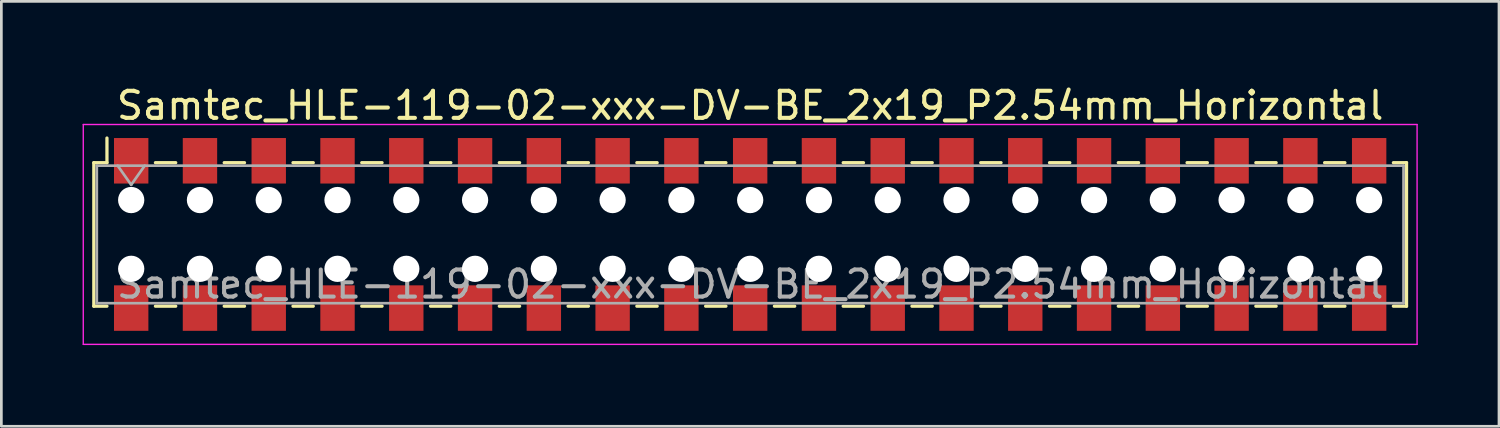
<source format=kicad_pcb>
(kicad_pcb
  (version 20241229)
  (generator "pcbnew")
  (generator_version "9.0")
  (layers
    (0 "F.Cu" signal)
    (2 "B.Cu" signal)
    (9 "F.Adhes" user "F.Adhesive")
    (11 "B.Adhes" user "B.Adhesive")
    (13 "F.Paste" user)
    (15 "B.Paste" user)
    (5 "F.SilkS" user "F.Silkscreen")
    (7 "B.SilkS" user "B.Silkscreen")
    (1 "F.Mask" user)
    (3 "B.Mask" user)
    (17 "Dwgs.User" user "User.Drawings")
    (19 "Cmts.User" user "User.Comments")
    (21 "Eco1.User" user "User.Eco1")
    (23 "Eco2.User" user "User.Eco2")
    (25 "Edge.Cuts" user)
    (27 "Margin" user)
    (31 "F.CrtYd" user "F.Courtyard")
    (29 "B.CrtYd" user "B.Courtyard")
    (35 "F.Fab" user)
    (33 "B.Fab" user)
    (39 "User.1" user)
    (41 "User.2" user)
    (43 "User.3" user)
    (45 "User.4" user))
  (footprint "Samtec_HLE-119-02-xxx-DV-BE_2x19_P2.54mm_Horizontal"
    (layer "F.Cu")
    (at 24.655 5.608)
    (property "Reference" "Samtec_HLE-119-02-xxx-DV-BE_2x19_P2.54mm_Horizontal" (at 0 -4.76 0) (layer "F.SilkS") (effects (font (size 1 1) (thickness 0.15))))
    (attr smd)
    (fp_line (start -24.24 -2.65) (end -24.24 2.65) (stroke (width 0.12) (type solid)) (layer "F.SilkS"))
    (fp_line (start -24.24 2.65) (end -23.755 2.65) (stroke (width 0.12) (type solid)) (layer "F.SilkS"))
    (fp_line (start -23.755 -3.56) (end -23.755 -2.65) (stroke (width 0.12) (type solid)) (layer "F.SilkS"))
    (fp_line (start -23.755 -2.65) (end -24.24 -2.65) (stroke (width 0.12) (type solid)) (layer "F.SilkS"))
    (fp_line (start -21.965 -2.65) (end -21.215 -2.65) (stroke (width 0.12) (type solid)) (layer "F.SilkS"))
    (fp_line (start -21.965 2.65) (end -21.215 2.65) (stroke (width 0.12) (type solid)) (layer "F.SilkS"))
    (fp_line (start -19.425 -2.65) (end -18.675 -2.65) (stroke (width 0.12) (type solid)) (layer "F.SilkS"))
    (fp_line (start -19.425 2.65) (end -18.675 2.65) (stroke (width 0.12) (type solid)) (layer "F.SilkS"))
    (fp_line (start -16.885 -2.65) (end -16.135 -2.65) (stroke (width 0.12) (type solid)) (layer "F.SilkS"))
    (fp_line (start -16.885 2.65) (end -16.135 2.65) (stroke (width 0.12) (type solid)) (layer "F.SilkS"))
    (fp_line (start -14.345 -2.65) (end -13.595 -2.65) (stroke (width 0.12) (type solid)) (layer "F.SilkS"))
    (fp_line (start -14.345 2.65) (end -13.595 2.65) (stroke (width 0.12) (type solid)) (layer "F.SilkS"))
    (fp_line (start -11.805 -2.65) (end -11.055 -2.65) (stroke (width 0.12) (type solid)) (layer "F.SilkS"))
    (fp_line (start -11.805 2.65) (end -11.055 2.65) (stroke (width 0.12) (type solid)) (layer "F.SilkS"))
    (fp_line (start -9.265 -2.65) (end -8.515 -2.65) (stroke (width 0.12) (type solid)) (layer "F.SilkS"))
    (fp_line (start -9.265 2.65) (end -8.515 2.65) (stroke (width 0.12) (type solid)) (layer "F.SilkS"))
    (fp_line (start -6.725 -2.65) (end -5.975 -2.65) (stroke (width 0.12) (type solid)) (layer "F.SilkS"))
    (fp_line (start -6.725 2.65) (end -5.975 2.65) (stroke (width 0.12) (type solid)) (layer "F.SilkS"))
    (fp_line (start -4.185 -2.65) (end -3.435 -2.65) (stroke (width 0.12) (type solid)) (layer "F.SilkS"))
    (fp_line (start -4.185 2.65) (end -3.435 2.65) (stroke (width 0.12) (type solid)) (layer "F.SilkS"))
    (fp_line (start -1.645 -2.65) (end -0.895 -2.65) (stroke (width 0.12) (type solid)) (layer "F.SilkS"))
    (fp_line (start -1.645 2.65) (end -0.895 2.65) (stroke (width 0.12) (type solid)) (layer "F.SilkS"))
    (fp_line (start 0.895 -2.65) (end 1.645 -2.65) (stroke (width 0.12) (type solid)) (layer "F.SilkS"))
    (fp_line (start 0.895 2.65) (end 1.645 2.65) (stroke (width 0.12) (type solid)) (layer "F.SilkS"))
    (fp_line (start 3.435 -2.65) (end 4.185 -2.65) (stroke (width 0.12) (type solid)) (layer "F.SilkS"))
    (fp_line (start 3.435 2.65) (end 4.185 2.65) (stroke (width 0.12) (type solid)) (layer "F.SilkS"))
    (fp_line (start 5.975 -2.65) (end 6.725 -2.65) (stroke (width 0.12) (type solid)) (layer "F.SilkS"))
    (fp_line (start 5.975 2.65) (end 6.725 2.65) (stroke (width 0.12) (type solid)) (layer "F.SilkS"))
    (fp_line (start 8.515 -2.65) (end 9.265 -2.65) (stroke (width 0.12) (type solid)) (layer "F.SilkS"))
    (fp_line (start 8.515 2.65) (end 9.265 2.65) (stroke (width 0.12) (type solid)) (layer "F.SilkS"))
    (fp_line (start 11.055 -2.65) (end 11.805 -2.65) (stroke (width 0.12) (type solid)) (layer "F.SilkS"))
    (fp_line (start 11.055 2.65) (end 11.805 2.65) (stroke (width 0.12) (type solid)) (layer "F.SilkS"))
    (fp_line (start 13.595 -2.65) (end 14.345 -2.65) (stroke (width 0.12) (type solid)) (layer "F.SilkS"))
    (fp_line (start 13.595 2.65) (end 14.345 2.65) (stroke (width 0.12) (type solid)) (layer "F.SilkS"))
    (fp_line (start 16.135 -2.65) (end 16.885 -2.65) (stroke (width 0.12) (type solid)) (layer "F.SilkS"))
    (fp_line (start 16.135 2.65) (end 16.885 2.65) (stroke (width 0.12) (type solid)) (layer "F.SilkS"))
    (fp_line (start 18.675 -2.65) (end 19.425 -2.65) (stroke (width 0.12) (type solid)) (layer "F.SilkS"))
    (fp_line (start 18.675 2.65) (end 19.425 2.65) (stroke (width 0.12) (type solid)) (layer "F.SilkS"))
    (fp_line (start 21.215 -2.65) (end 21.965 -2.65) (stroke (width 0.12) (type solid)) (layer "F.SilkS"))
    (fp_line (start 21.215 2.65) (end 21.965 2.65) (stroke (width 0.12) (type solid)) (layer "F.SilkS"))
    (fp_line (start 23.755 -2.65) (end 24.24 -2.65) (stroke (width 0.12) (type solid)) (layer "F.SilkS"))
    (fp_line (start 24.24 -2.65) (end 24.24 2.65) (stroke (width 0.12) (type solid)) (layer "F.SilkS"))
    (fp_line (start 24.24 2.65) (end 23.755 2.65) (stroke (width 0.12) (type solid)) (layer "F.SilkS"))
    (fp_line (start -24.63 -4.06) (end 24.63 -4.06) (stroke (width 0.05) (type solid)) (layer "F.CrtYd"))
    (fp_line (start -24.63 4.06) (end -24.63 -4.06) (stroke (width 0.05) (type solid)) (layer "F.CrtYd"))
    (fp_line (start 24.63 -4.06) (end 24.63 4.06) (stroke (width 0.05) (type solid)) (layer "F.CrtYd"))
    (fp_line (start 24.63 4.06) (end -24.63 4.06) (stroke (width 0.05) (type solid)) (layer "F.CrtYd"))
    (fp_line (start -24.13 -2.54) (end 24.13 -2.54) (stroke (width 0.1) (type solid)) (layer "F.Fab"))
    (fp_line (start -24.13 2.54) (end -24.13 -2.54) (stroke (width 0.1) (type solid)) (layer "F.Fab"))
    (fp_line (start -23.36 -2.54) (end -22.86 -1.833) (stroke (width 0.1) (type solid)) (layer "F.Fab"))
    (fp_line (start -22.86 -1.833) (end -22.36 -2.54) (stroke (width 0.1) (type solid)) (layer "F.Fab"))
    (fp_line (start 24.13 -2.54) (end 24.13 2.54) (stroke (width 0.1) (type solid)) (layer "F.Fab"))
    (fp_line (start 24.13 2.54) (end -24.13 2.54) (stroke (width 0.1) (type solid)) (layer "F.Fab"))
    (fp_text user "${REFERENCE}" (at 0 1.84 0) (layer "F.Fab") (effects (font (size 1 1) (thickness 0.15))))
    (pad "" np_thru_hole circle (at -22.86 -1.27) (size 0.97 0.97) (drill 0.97) (layers "*.Cu" "*.Mask"))
    (pad "" np_thru_hole circle (at -22.86 1.27) (size 0.97 0.97) (drill 0.97) (layers "*.Cu" "*.Mask"))
    (pad "" np_thru_hole circle (at -20.32 -1.27) (size 0.97 0.97) (drill 0.97) (layers "*.Cu" "*.Mask"))
    (pad "" np_thru_hole circle (at -20.32 1.27) (size 0.97 0.97) (drill 0.97) (layers "*.Cu" "*.Mask"))
    (pad "" np_thru_hole circle (at -17.78 -1.27) (size 0.97 0.97) (drill 0.97) (layers "*.Cu" "*.Mask"))
    (pad "" np_thru_hole circle (at -17.78 1.27) (size 0.97 0.97) (drill 0.97) (layers "*.Cu" "*.Mask"))
    (pad "" np_thru_hole circle (at -15.24 -1.27) (size 0.97 0.97) (drill 0.97) (layers "*.Cu" "*.Mask"))
    (pad "" np_thru_hole circle (at -15.24 1.27) (size 0.97 0.97) (drill 0.97) (layers "*.Cu" "*.Mask"))
    (pad "" np_thru_hole circle (at -12.7 -1.27) (size 0.97 0.97) (drill 0.97) (layers "*.Cu" "*.Mask"))
    (pad "" np_thru_hole circle (at -12.7 1.27) (size 0.97 0.97) (drill 0.97) (layers "*.Cu" "*.Mask"))
    (pad "" np_thru_hole circle (at -10.16 -1.27) (size 0.97 0.97) (drill 0.97) (layers "*.Cu" "*.Mask"))
    (pad "" np_thru_hole circle (at -10.16 1.27) (size 0.97 0.97) (drill 0.97) (layers "*.Cu" "*.Mask"))
    (pad "" np_thru_hole circle (at -7.62 -1.27) (size 0.97 0.97) (drill 0.97) (layers "*.Cu" "*.Mask"))
    (pad "" np_thru_hole circle (at -7.62 1.27) (size 0.97 0.97) (drill 0.97) (layers "*.Cu" "*.Mask"))
    (pad "" np_thru_hole circle (at -5.08 -1.27) (size 0.97 0.97) (drill 0.97) (layers "*.Cu" "*.Mask"))
    (pad "" np_thru_hole circle (at -5.08 1.27) (size 0.97 0.97) (drill 0.97) (layers "*.Cu" "*.Mask"))
    (pad "" np_thru_hole circle (at -2.54 -1.27) (size 0.97 0.97) (drill 0.97) (layers "*.Cu" "*.Mask"))
    (pad "" np_thru_hole circle (at -2.54 1.27) (size 0.97 0.97) (drill 0.97) (layers "*.Cu" "*.Mask"))
    (pad "" np_thru_hole circle (at 0 -1.27) (size 0.97 0.97) (drill 0.97) (layers "*.Cu" "*.Mask"))
    (pad "" np_thru_hole circle (at 0 1.27) (size 0.97 0.97) (drill 0.97) (layers "*.Cu" "*.Mask"))
    (pad "" np_thru_hole circle (at 2.54 -1.27) (size 0.97 0.97) (drill 0.97) (layers "*.Cu" "*.Mask"))
    (pad "" np_thru_hole circle (at 2.54 1.27) (size 0.97 0.97) (drill 0.97) (layers "*.Cu" "*.Mask"))
    (pad "" np_thru_hole circle (at 5.08 -1.27) (size 0.97 0.97) (drill 0.97) (layers "*.Cu" "*.Mask"))
    (pad "" np_thru_hole circle (at 5.08 1.27) (size 0.97 0.97) (drill 0.97) (layers "*.Cu" "*.Mask"))
    (pad "" np_thru_hole circle (at 7.62 -1.27) (size 0.97 0.97) (drill 0.97) (layers "*.Cu" "*.Mask"))
    (pad "" np_thru_hole circle (at 7.62 1.27) (size 0.97 0.97) (drill 0.97) (layers "*.Cu" "*.Mask"))
    (pad "" np_thru_hole circle (at 10.16 -1.27) (size 0.97 0.97) (drill 0.97) (layers "*.Cu" "*.Mask"))
    (pad "" np_thru_hole circle (at 10.16 1.27) (size 0.97 0.97) (drill 0.97) (layers "*.Cu" "*.Mask"))
    (pad "" np_thru_hole circle (at 12.7 -1.27) (size 0.97 0.97) (drill 0.97) (layers "*.Cu" "*.Mask"))
    (pad "" np_thru_hole circle (at 12.7 1.27) (size 0.97 0.97) (drill 0.97) (layers "*.Cu" "*.Mask"))
    (pad "" np_thru_hole circle (at 15.24 -1.27) (size 0.97 0.97) (drill 0.97) (layers "*.Cu" "*.Mask"))
    (pad "" np_thru_hole circle (at 15.24 1.27) (size 0.97 0.97) (drill 0.97) (layers "*.Cu" "*.Mask"))
    (pad "" np_thru_hole circle (at 17.78 -1.27) (size 0.97 0.97) (drill 0.97) (layers "*.Cu" "*.Mask"))
    (pad "" np_thru_hole circle (at 17.78 1.27) (size 0.97 0.97) (drill 0.97) (layers "*.Cu" "*.Mask"))
    (pad "" np_thru_hole circle (at 20.32 -1.27) (size 0.97 0.97) (drill 0.97) (layers "*.Cu" "*.Mask"))
    (pad "" np_thru_hole circle (at 20.32 1.27) (size 0.97 0.97) (drill 0.97) (layers "*.Cu" "*.Mask"))
    (pad "" np_thru_hole circle (at 22.86 -1.27) (size 0.97 0.97) (drill 0.97) (layers "*.Cu" "*.Mask"))
    (pad "" np_thru_hole circle (at 22.86 1.27) (size 0.97 0.97) (drill 0.97) (layers "*.Cu" "*.Mask"))
    (pad "1" smd rect (at -22.86 -2.72) (size 1.27 1.68) (layers "F.Cu" "F.Mask" "F.Paste"))
    (pad "2" smd rect (at -22.86 2.72) (size 1.27 1.68) (layers "F.Cu" "F.Mask" "F.Paste"))
    (pad "3" smd rect (at -20.32 -2.72) (size 1.27 1.68) (layers "F.Cu" "F.Mask" "F.Paste"))
    (pad "4" smd rect (at -20.32 2.72) (size 1.27 1.68) (layers "F.Cu" "F.Mask" "F.Paste"))
    (pad "5" smd rect (at -17.78 -2.72) (size 1.27 1.68) (layers "F.Cu" "F.Mask" "F.Paste"))
    (pad "6" smd rect (at -17.78 2.72) (size 1.27 1.68) (layers "F.Cu" "F.Mask" "F.Paste"))
    (pad "7" smd rect (at -15.24 -2.72) (size 1.27 1.68) (layers "F.Cu" "F.Mask" "F.Paste"))
    (pad "8" smd rect (at -15.24 2.72) (size 1.27 1.68) (layers "F.Cu" "F.Mask" "F.Paste"))
    (pad "9" smd rect (at -12.7 -2.72) (size 1.27 1.68) (layers "F.Cu" "F.Mask" "F.Paste"))
    (pad "10" smd rect (at -12.7 2.72) (size 1.27 1.68) (layers "F.Cu" "F.Mask" "F.Paste"))
    (pad "11" smd rect (at -10.16 -2.72) (size 1.27 1.68) (layers "F.Cu" "F.Mask" "F.Paste"))
    (pad "12" smd rect (at -10.16 2.72) (size 1.27 1.68) (layers "F.Cu" "F.Mask" "F.Paste"))
    (pad "13" smd rect (at -7.62 -2.72) (size 1.27 1.68) (layers "F.Cu" "F.Mask" "F.Paste"))
    (pad "14" smd rect (at -7.62 2.72) (size 1.27 1.68) (layers "F.Cu" "F.Mask" "F.Paste"))
    (pad "15" smd rect (at -5.08 -2.72) (size 1.27 1.68) (layers "F.Cu" "F.Mask" "F.Paste"))
    (pad "16" smd rect (at -5.08 2.72) (size 1.27 1.68) (layers "F.Cu" "F.Mask" "F.Paste"))
    (pad "17" smd rect (at -2.54 -2.72) (size 1.27 1.68) (layers "F.Cu" "F.Mask" "F.Paste"))
    (pad "18" smd rect (at -2.54 2.72) (size 1.27 1.68) (layers "F.Cu" "F.Mask" "F.Paste"))
    (pad "19" smd rect (at 0 -2.72) (size 1.27 1.68) (layers "F.Cu" "F.Mask" "F.Paste"))
    (pad "20" smd rect (at 0 2.72) (size 1.27 1.68) (layers "F.Cu" "F.Mask" "F.Paste"))
    (pad "21" smd rect (at 2.54 -2.72) (size 1.27 1.68) (layers "F.Cu" "F.Mask" "F.Paste"))
    (pad "22" smd rect (at 2.54 2.72) (size 1.27 1.68) (layers "F.Cu" "F.Mask" "F.Paste"))
    (pad "23" smd rect (at 5.08 -2.72) (size 1.27 1.68) (layers "F.Cu" "F.Mask" "F.Paste"))
    (pad "24" smd rect (at 5.08 2.72) (size 1.27 1.68) (layers "F.Cu" "F.Mask" "F.Paste"))
    (pad "25" smd rect (at 7.62 -2.72) (size 1.27 1.68) (layers "F.Cu" "F.Mask" "F.Paste"))
    (pad "26" smd rect (at 7.62 2.72) (size 1.27 1.68) (layers "F.Cu" "F.Mask" "F.Paste"))
    (pad "27" smd rect (at 10.16 -2.72) (size 1.27 1.68) (layers "F.Cu" "F.Mask" "F.Paste"))
    (pad "28" smd rect (at 10.16 2.72) (size 1.27 1.68) (layers "F.Cu" "F.Mask" "F.Paste"))
    (pad "29" smd rect (at 12.7 -2.72) (size 1.27 1.68) (layers "F.Cu" "F.Mask" "F.Paste"))
    (pad "30" smd rect (at 12.7 2.72) (size 1.27 1.68) (layers "F.Cu" "F.Mask" "F.Paste"))
    (pad "31" smd rect (at 15.24 -2.72) (size 1.27 1.68) (layers "F.Cu" "F.Mask" "F.Paste"))
    (pad "32" smd rect (at 15.24 2.72) (size 1.27 1.68) (layers "F.Cu" "F.Mask" "F.Paste"))
    (pad "33" smd rect (at 17.78 -2.72) (size 1.27 1.68) (layers "F.Cu" "F.Mask" "F.Paste"))
    (pad "34" smd rect (at 17.78 2.72) (size 1.27 1.68) (layers "F.Cu" "F.Mask" "F.Paste"))
    (pad "35" smd rect (at 20.32 -2.72) (size 1.27 1.68) (layers "F.Cu" "F.Mask" "F.Paste"))
    (pad "36" smd rect (at 20.32 2.72) (size 1.27 1.68) (layers "F.Cu" "F.Mask" "F.Paste"))
    (pad "37" smd rect (at 22.86 -2.72) (size 1.27 1.68) (layers "F.Cu" "F.Mask" "F.Paste"))
    (pad "38" smd rect (at 22.86 2.72) (size 1.27 1.68) (layers "F.Cu" "F.Mask" "F.Paste")))
  (gr_rect
    (start -3 -3)
    (end 52.31 12.693)
    (stroke (width 0.1) (type default))
    (fill no)
    (layer "Edge.Cuts")))
</source>
